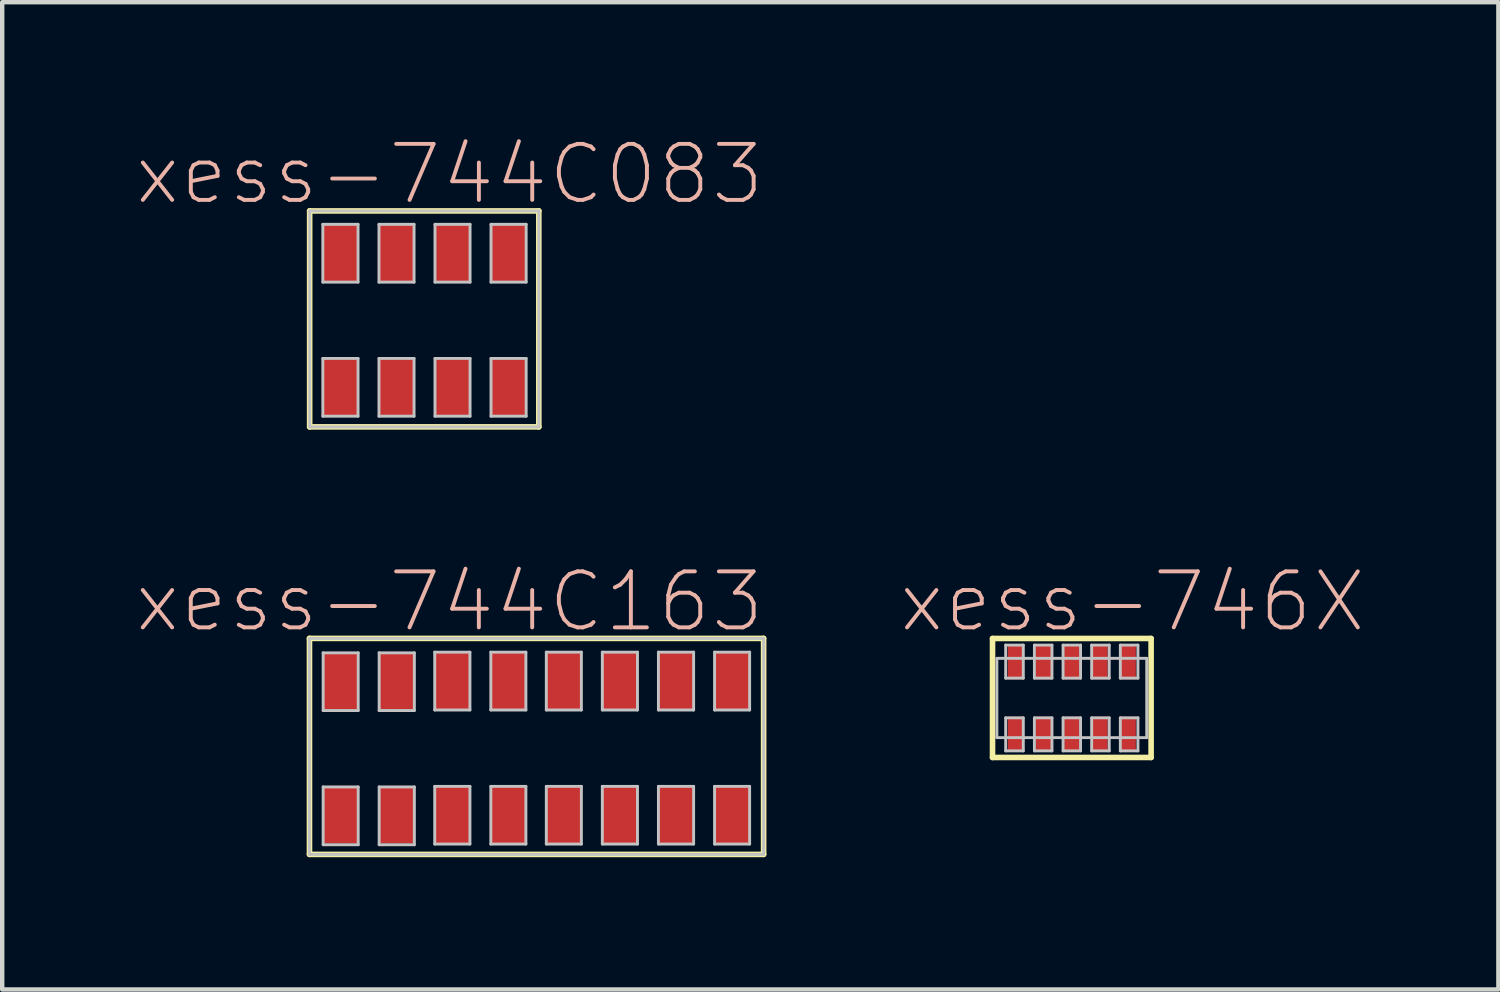
<source format=kicad_pcb>
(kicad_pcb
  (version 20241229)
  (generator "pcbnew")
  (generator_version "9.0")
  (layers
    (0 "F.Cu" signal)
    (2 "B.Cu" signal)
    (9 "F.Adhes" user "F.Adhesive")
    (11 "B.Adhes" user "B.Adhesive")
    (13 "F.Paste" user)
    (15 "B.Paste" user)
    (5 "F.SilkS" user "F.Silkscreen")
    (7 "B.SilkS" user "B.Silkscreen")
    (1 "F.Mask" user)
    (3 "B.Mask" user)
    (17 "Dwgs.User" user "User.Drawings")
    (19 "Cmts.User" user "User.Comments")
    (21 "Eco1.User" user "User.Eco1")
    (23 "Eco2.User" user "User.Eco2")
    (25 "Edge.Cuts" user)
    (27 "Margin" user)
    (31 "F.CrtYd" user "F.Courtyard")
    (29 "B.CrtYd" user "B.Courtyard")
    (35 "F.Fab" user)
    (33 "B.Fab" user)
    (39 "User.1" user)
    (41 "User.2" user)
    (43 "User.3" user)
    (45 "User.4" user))
  (footprint "xess-744C083"
    (layer "F.Cu")
    (at 6.569 4.231)
    (property "Reference" "xess-744C083" (at 0.574 -3.332 0) (layer "B.SilkS") (effects (font (size 1.27 1.27) (thickness 0.089))))
    (attr smd)
    (fp_line (start -2.598 -2.499) (end 2.598 -2.499) (stroke (width 0.127) (type solid)) (layer "F.SilkS"))
    (fp_line (start -2.598 2.398) (end -2.598 -2.499) (stroke (width 0.127) (type solid)) (layer "F.SilkS"))
    (fp_line (start 2.598 -2.499) (end 2.598 2.398) (stroke (width 0.127) (type solid)) (layer "F.SilkS"))
    (fp_line (start 2.598 2.398) (end -2.598 2.398) (stroke (width 0.127) (type solid)) (layer "F.SilkS"))
    (fp_line (start -2.598 -2.499) (end 2.598 -2.499) (stroke (width 0.066) (type solid)) (layer "Dwgs.User"))
    (fp_line (start -2.598 2.398) (end -2.598 -2.499) (stroke (width 0.066) (type solid)) (layer "Dwgs.User"))
    (fp_line (start -2.598 2.398) (end 2.598 2.398) (stroke (width 0.066) (type solid)) (layer "Dwgs.User"))
    (fp_line (start -2.299 -2.195) (end -1.501 -2.195) (stroke (width 0.066) (type solid)) (layer "Dwgs.User"))
    (fp_line (start -2.299 -0.884) (end -2.299 -2.195) (stroke (width 0.066) (type solid)) (layer "Dwgs.User"))
    (fp_line (start -2.299 -0.884) (end -1.501 -0.884) (stroke (width 0.066) (type solid)) (layer "Dwgs.User"))
    (fp_line (start -2.299 0.846) (end -1.501 0.846) (stroke (width 0.066) (type solid)) (layer "Dwgs.User"))
    (fp_line (start -2.299 2.156) (end -2.299 0.846) (stroke (width 0.066) (type solid)) (layer "Dwgs.User"))
    (fp_line (start -2.299 2.156) (end -1.501 2.156) (stroke (width 0.066) (type solid)) (layer "Dwgs.User"))
    (fp_line (start -1.501 -0.884) (end -1.501 -2.195) (stroke (width 0.066) (type solid)) (layer "Dwgs.User"))
    (fp_line (start -1.501 2.156) (end -1.501 0.846) (stroke (width 0.066) (type solid)) (layer "Dwgs.User"))
    (fp_line (start -1.026 -2.195) (end -0.231 -2.195) (stroke (width 0.066) (type solid)) (layer "Dwgs.User"))
    (fp_line (start -1.026 -0.884) (end -1.026 -2.195) (stroke (width 0.066) (type solid)) (layer "Dwgs.User"))
    (fp_line (start -1.026 -0.884) (end -0.231 -0.884) (stroke (width 0.066) (type solid)) (layer "Dwgs.User"))
    (fp_line (start -1.026 0.846) (end -0.231 0.846) (stroke (width 0.066) (type solid)) (layer "Dwgs.User"))
    (fp_line (start -1.026 2.156) (end -1.026 0.846) (stroke (width 0.066) (type solid)) (layer "Dwgs.User"))
    (fp_line (start -1.026 2.156) (end -0.231 2.156) (stroke (width 0.066) (type solid)) (layer "Dwgs.User"))
    (fp_line (start -0.231 -0.884) (end -0.231 -2.195) (stroke (width 0.066) (type solid)) (layer "Dwgs.User"))
    (fp_line (start -0.231 2.156) (end -0.231 0.846) (stroke (width 0.066) (type solid)) (layer "Dwgs.User"))
    (fp_line (start 0.244 -2.195) (end 1.039 -2.195) (stroke (width 0.066) (type solid)) (layer "Dwgs.User"))
    (fp_line (start 0.244 -0.884) (end 0.244 -2.195) (stroke (width 0.066) (type solid)) (layer "Dwgs.User"))
    (fp_line (start 0.244 -0.884) (end 1.039 -0.884) (stroke (width 0.066) (type solid)) (layer "Dwgs.User"))
    (fp_line (start 0.244 0.846) (end 1.039 0.846) (stroke (width 0.066) (type solid)) (layer "Dwgs.User"))
    (fp_line (start 0.244 2.156) (end 0.244 0.846) (stroke (width 0.066) (type solid)) (layer "Dwgs.User"))
    (fp_line (start 0.244 2.156) (end 1.039 2.156) (stroke (width 0.066) (type solid)) (layer "Dwgs.User"))
    (fp_line (start 1.039 -0.884) (end 1.039 -2.195) (stroke (width 0.066) (type solid)) (layer "Dwgs.User"))
    (fp_line (start 1.039 2.156) (end 1.039 0.846) (stroke (width 0.066) (type solid)) (layer "Dwgs.User"))
    (fp_line (start 1.514 -2.195) (end 2.311 -2.195) (stroke (width 0.066) (type solid)) (layer "Dwgs.User"))
    (fp_line (start 1.514 -0.884) (end 1.514 -2.195) (stroke (width 0.066) (type solid)) (layer "Dwgs.User"))
    (fp_line (start 1.514 -0.884) (end 2.311 -0.884) (stroke (width 0.066) (type solid)) (layer "Dwgs.User"))
    (fp_line (start 1.514 0.846) (end 2.311 0.846) (stroke (width 0.066) (type solid)) (layer "Dwgs.User"))
    (fp_line (start 1.514 2.156) (end 1.514 0.846) (stroke (width 0.066) (type solid)) (layer "Dwgs.User"))
    (fp_line (start 1.514 2.156) (end 2.311 2.156) (stroke (width 0.066) (type solid)) (layer "Dwgs.User"))
    (fp_line (start 2.311 -0.884) (end 2.311 -2.195) (stroke (width 0.066) (type solid)) (layer "Dwgs.User"))
    (fp_line (start 2.311 2.156) (end 2.311 0.846) (stroke (width 0.066) (type solid)) (layer "Dwgs.User"))
    (fp_line (start 2.598 2.398) (end 2.598 -2.499) (stroke (width 0.066) (type solid)) (layer "Dwgs.User"))
    (pad "1" smd rect (at -1.9 1.499) (size 0.798 1.298) (layers "F.Cu" "F.Mask" "F.Paste"))
    (pad "2" smd rect (at -0.63 1.499) (size 0.798 1.298) (layers "F.Cu" "F.Mask" "F.Paste"))
    (pad "3" smd rect (at 0.638 1.499) (size 0.798 1.298) (layers "F.Cu" "F.Mask" "F.Paste"))
    (pad "4" smd rect (at 1.908 1.499) (size 0.798 1.298) (layers "F.Cu" "F.Mask" "F.Paste"))
    (pad "5" smd rect (at 1.908 -1.539) (size 0.798 1.298) (layers "F.Cu" "F.Mask" "F.Paste"))
    (pad "6" smd rect (at 0.638 -1.539) (size 0.798 1.298) (layers "F.Cu" "F.Mask" "F.Paste"))
    (pad "7" smd rect (at -0.63 -1.539) (size 0.798 1.298) (layers "F.Cu" "F.Mask" "F.Paste"))
    (pad "8" smd rect (at -1.9 -1.539) (size 0.798 1.298) (layers "F.Cu" "F.Mask" "F.Paste")))
  (footprint "xess-746X"
    (layer "F.Cu")
    (at 21.252 12.776)
    (property "Reference" "xess-746X" (at 1.374 -2.184 0) (layer "B.SilkS") (effects (font (size 1.27 1.27) (thickness 0.089))))
    (attr smd)
    (fp_line (start -1.798 -1.349) (end -1.798 1.349) (stroke (width 0.127) (type solid)) (layer "F.SilkS"))
    (fp_line (start -1.798 1.349) (end 1.798 1.349) (stroke (width 0.127) (type solid)) (layer "F.SilkS"))
    (fp_line (start 1.798 -1.349) (end -1.798 -1.349) (stroke (width 0.127) (type solid)) (layer "F.SilkS"))
    (fp_line (start 1.798 1.349) (end 1.798 -1.349) (stroke (width 0.127) (type solid)) (layer "F.SilkS"))
    (fp_line (start -1.699 -0.899) (end 1.699 -0.899) (stroke (width 0.066) (type solid)) (layer "Dwgs.User"))
    (fp_line (start -1.699 0.899) (end -1.699 -0.899) (stroke (width 0.066) (type solid)) (layer "Dwgs.User"))
    (fp_line (start -1.699 0.899) (end 1.699 0.899) (stroke (width 0.066) (type solid)) (layer "Dwgs.User"))
    (fp_line (start -1.499 -1.199) (end -1.1 -1.199) (stroke (width 0.066) (type solid)) (layer "Dwgs.User"))
    (fp_line (start -1.499 -0.45) (end -1.499 -1.199) (stroke (width 0.066) (type solid)) (layer "Dwgs.User"))
    (fp_line (start -1.499 -0.45) (end -1.1 -0.45) (stroke (width 0.066) (type solid)) (layer "Dwgs.User"))
    (fp_line (start -1.499 0.45) (end -1.1 0.45) (stroke (width 0.066) (type solid)) (layer "Dwgs.User"))
    (fp_line (start -1.499 1.199) (end -1.499 0.45) (stroke (width 0.066) (type solid)) (layer "Dwgs.User"))
    (fp_line (start -1.499 1.199) (end -1.1 1.199) (stroke (width 0.066) (type solid)) (layer "Dwgs.User"))
    (fp_line (start -1.1 -0.45) (end -1.1 -1.199) (stroke (width 0.066) (type solid)) (layer "Dwgs.User"))
    (fp_line (start -1.1 1.199) (end -1.1 0.45) (stroke (width 0.066) (type solid)) (layer "Dwgs.User"))
    (fp_line (start -0.848 -1.199) (end -0.45 -1.199) (stroke (width 0.066) (type solid)) (layer "Dwgs.User"))
    (fp_line (start -0.848 -0.45) (end -0.848 -1.199) (stroke (width 0.066) (type solid)) (layer "Dwgs.User"))
    (fp_line (start -0.848 -0.45) (end -0.45 -0.45) (stroke (width 0.066) (type solid)) (layer "Dwgs.User"))
    (fp_line (start -0.848 0.45) (end -0.45 0.45) (stroke (width 0.066) (type solid)) (layer "Dwgs.User"))
    (fp_line (start -0.848 1.199) (end -0.848 0.45) (stroke (width 0.066) (type solid)) (layer "Dwgs.User"))
    (fp_line (start -0.848 1.199) (end -0.45 1.199) (stroke (width 0.066) (type solid)) (layer "Dwgs.User"))
    (fp_line (start -0.45 -0.45) (end -0.45 -1.199) (stroke (width 0.066) (type solid)) (layer "Dwgs.User"))
    (fp_line (start -0.45 1.199) (end -0.45 0.45) (stroke (width 0.066) (type solid)) (layer "Dwgs.User"))
    (fp_line (start -0.198 -1.199) (end 0.198 -1.199) (stroke (width 0.066) (type solid)) (layer "Dwgs.User"))
    (fp_line (start -0.198 -0.45) (end -0.198 -1.199) (stroke (width 0.066) (type solid)) (layer "Dwgs.User"))
    (fp_line (start -0.198 -0.45) (end 0.198 -0.45) (stroke (width 0.066) (type solid)) (layer "Dwgs.User"))
    (fp_line (start -0.198 0.45) (end 0.198 0.45) (stroke (width 0.066) (type solid)) (layer "Dwgs.User"))
    (fp_line (start -0.198 1.199) (end -0.198 0.45) (stroke (width 0.066) (type solid)) (layer "Dwgs.User"))
    (fp_line (start -0.198 1.199) (end 0.198 1.199) (stroke (width 0.066) (type solid)) (layer "Dwgs.User"))
    (fp_line (start 0.198 -0.45) (end 0.198 -1.199) (stroke (width 0.066) (type solid)) (layer "Dwgs.User"))
    (fp_line (start 0.198 1.199) (end 0.198 0.45) (stroke (width 0.066) (type solid)) (layer "Dwgs.User"))
    (fp_line (start 0.45 -1.199) (end 0.848 -1.199) (stroke (width 0.066) (type solid)) (layer "Dwgs.User"))
    (fp_line (start 0.45 -0.45) (end 0.45 -1.199) (stroke (width 0.066) (type solid)) (layer "Dwgs.User"))
    (fp_line (start 0.45 -0.45) (end 0.848 -0.45) (stroke (width 0.066) (type solid)) (layer "Dwgs.User"))
    (fp_line (start 0.45 0.45) (end 0.848 0.45) (stroke (width 0.066) (type solid)) (layer "Dwgs.User"))
    (fp_line (start 0.45 1.199) (end 0.45 0.45) (stroke (width 0.066) (type solid)) (layer "Dwgs.User"))
    (fp_line (start 0.45 1.199) (end 0.848 1.199) (stroke (width 0.066) (type solid)) (layer "Dwgs.User"))
    (fp_line (start 0.848 -0.45) (end 0.848 -1.199) (stroke (width 0.066) (type solid)) (layer "Dwgs.User"))
    (fp_line (start 0.848 1.199) (end 0.848 0.45) (stroke (width 0.066) (type solid)) (layer "Dwgs.User"))
    (fp_line (start 1.1 -1.199) (end 1.499 -1.199) (stroke (width 0.066) (type solid)) (layer "Dwgs.User"))
    (fp_line (start 1.1 -0.45) (end 1.1 -1.199) (stroke (width 0.066) (type solid)) (layer "Dwgs.User"))
    (fp_line (start 1.1 -0.45) (end 1.499 -0.45) (stroke (width 0.066) (type solid)) (layer "Dwgs.User"))
    (fp_line (start 1.1 0.45) (end 1.499 0.45) (stroke (width 0.066) (type solid)) (layer "Dwgs.User"))
    (fp_line (start 1.1 1.199) (end 1.1 0.45) (stroke (width 0.066) (type solid)) (layer "Dwgs.User"))
    (fp_line (start 1.1 1.199) (end 1.499 1.199) (stroke (width 0.066) (type solid)) (layer "Dwgs.User"))
    (fp_line (start 1.499 -0.45) (end 1.499 -1.199) (stroke (width 0.066) (type solid)) (layer "Dwgs.User"))
    (fp_line (start 1.499 1.199) (end 1.499 0.45) (stroke (width 0.066) (type solid)) (layer "Dwgs.User"))
    (fp_line (start 1.699 0.899) (end 1.699 -0.899) (stroke (width 0.066) (type solid)) (layer "Dwgs.User"))
    (pad "1" smd rect (at -1.278 0.823) (size 0.348 0.798) (layers "F.Cu" "F.Mask" "F.Paste"))
    (pad "2" smd rect (at -0.638 0.823) (size 0.348 0.798) (layers "F.Cu" "F.Mask" "F.Paste"))
    (pad "3" smd rect (at 0 0.823) (size 0.348 0.798) (layers "F.Cu" "F.Mask" "F.Paste"))
    (pad "4" smd rect (at 0.638 0.823) (size 0.348 0.798) (layers "F.Cu" "F.Mask" "F.Paste"))
    (pad "5" smd rect (at 1.278 0.823) (size 0.348 0.798) (layers "F.Cu" "F.Mask" "F.Paste"))
    (pad "6" smd rect (at 1.278 -0.823) (size 0.348 0.798) (layers "F.Cu" "F.Mask" "F.Paste"))
    (pad "7" smd rect (at 0.638 -0.823) (size 0.348 0.798) (layers "F.Cu" "F.Mask" "F.Paste"))
    (pad "8" smd rect (at 0 -0.823) (size 0.348 0.798) (layers "F.Cu" "F.Mask" "F.Paste"))
    (pad "9" smd rect (at -0.638 -0.823) (size 0.348 0.798) (layers "F.Cu" "F.Mask" "F.Paste"))
    (pad "10" smd rect (at -1.278 -0.823) (size 0.348 0.798) (layers "F.Cu" "F.Mask" "F.Paste")))
  (footprint "xess-744C163"
    (layer "F.Cu")
    (at 9.065 13.924)
    (property "Reference" "xess-744C163" (at -1.923 -3.332 0) (layer "B.SilkS") (effects (font (size 1.27 1.27) (thickness 0.089))))
    (attr smd)
    (fp_line (start -5.098 -2.499) (end 5.199 -2.499) (stroke (width 0.127) (type solid)) (layer "F.SilkS"))
    (fp_line (start -5.098 2.398) (end -5.098 -2.499) (stroke (width 0.127) (type solid)) (layer "F.SilkS"))
    (fp_line (start 5.199 -2.499) (end 5.199 2.398) (stroke (width 0.127) (type solid)) (layer "F.SilkS"))
    (fp_line (start 5.199 2.398) (end -5.098 2.398) (stroke (width 0.127) (type solid)) (layer "F.SilkS"))
    (fp_line (start -5.098 -2.499) (end 5.199 -2.499) (stroke (width 0.066) (type solid)) (layer "Dwgs.User"))
    (fp_line (start -5.098 2.398) (end -5.098 -2.499) (stroke (width 0.066) (type solid)) (layer "Dwgs.User"))
    (fp_line (start -5.098 2.398) (end 5.199 2.398) (stroke (width 0.066) (type solid)) (layer "Dwgs.User"))
    (fp_line (start -4.788 -2.172) (end -3.993 -2.172) (stroke (width 0.066) (type solid)) (layer "Dwgs.User"))
    (fp_line (start -4.788 -0.864) (end -4.788 -2.172) (stroke (width 0.066) (type solid)) (layer "Dwgs.User"))
    (fp_line (start -4.788 -0.864) (end -3.993 -0.864) (stroke (width 0.066) (type solid)) (layer "Dwgs.User"))
    (fp_line (start -4.788 0.869) (end -3.993 0.869) (stroke (width 0.066) (type solid)) (layer "Dwgs.User"))
    (fp_line (start -4.788 2.179) (end -4.788 0.869) (stroke (width 0.066) (type solid)) (layer "Dwgs.User"))
    (fp_line (start -4.788 2.179) (end -3.993 2.179) (stroke (width 0.066) (type solid)) (layer "Dwgs.User"))
    (fp_line (start -3.993 -0.864) (end -3.993 -2.172) (stroke (width 0.066) (type solid)) (layer "Dwgs.User"))
    (fp_line (start -3.993 2.179) (end -3.993 0.869) (stroke (width 0.066) (type solid)) (layer "Dwgs.User"))
    (fp_line (start -3.518 -2.172) (end -2.72 -2.172) (stroke (width 0.066) (type solid)) (layer "Dwgs.User"))
    (fp_line (start -3.518 -0.864) (end -3.518 -2.172) (stroke (width 0.066) (type solid)) (layer "Dwgs.User"))
    (fp_line (start -3.518 -0.864) (end -2.72 -0.864) (stroke (width 0.066) (type solid)) (layer "Dwgs.User"))
    (fp_line (start -3.518 0.869) (end -2.72 0.869) (stroke (width 0.066) (type solid)) (layer "Dwgs.User"))
    (fp_line (start -3.518 2.179) (end -3.518 0.869) (stroke (width 0.066) (type solid)) (layer "Dwgs.User"))
    (fp_line (start -3.518 2.179) (end -2.72 2.179) (stroke (width 0.066) (type solid)) (layer "Dwgs.User"))
    (fp_line (start -2.72 -0.864) (end -2.72 -2.172) (stroke (width 0.066) (type solid)) (layer "Dwgs.User"))
    (fp_line (start -2.72 2.179) (end -2.72 0.869) (stroke (width 0.066) (type solid)) (layer "Dwgs.User"))
    (fp_line (start -2.258 -2.187) (end -1.46 -2.187) (stroke (width 0.066) (type solid)) (layer "Dwgs.User"))
    (fp_line (start -2.258 -0.876) (end -2.258 -2.187) (stroke (width 0.066) (type solid)) (layer "Dwgs.User"))
    (fp_line (start -2.258 -0.876) (end -1.46 -0.876) (stroke (width 0.066) (type solid)) (layer "Dwgs.User"))
    (fp_line (start -2.258 0.856) (end -1.46 0.856) (stroke (width 0.066) (type solid)) (layer "Dwgs.User"))
    (fp_line (start -2.258 2.164) (end -2.258 0.856) (stroke (width 0.066) (type solid)) (layer "Dwgs.User"))
    (fp_line (start -2.258 2.164) (end -1.46 2.164) (stroke (width 0.066) (type solid)) (layer "Dwgs.User"))
    (fp_line (start -1.46 -0.876) (end -1.46 -2.187) (stroke (width 0.066) (type solid)) (layer "Dwgs.User"))
    (fp_line (start -1.46 2.164) (end -1.46 0.856) (stroke (width 0.066) (type solid)) (layer "Dwgs.User"))
    (fp_line (start -0.986 -2.187) (end -0.191 -2.187) (stroke (width 0.066) (type solid)) (layer "Dwgs.User"))
    (fp_line (start -0.986 -0.876) (end -0.986 -2.187) (stroke (width 0.066) (type solid)) (layer "Dwgs.User"))
    (fp_line (start -0.986 -0.876) (end -0.191 -0.876) (stroke (width 0.066) (type solid)) (layer "Dwgs.User"))
    (fp_line (start -0.986 0.856) (end -0.191 0.856) (stroke (width 0.066) (type solid)) (layer "Dwgs.User"))
    (fp_line (start -0.986 2.164) (end -0.986 0.856) (stroke (width 0.066) (type solid)) (layer "Dwgs.User"))
    (fp_line (start -0.986 2.164) (end -0.191 2.164) (stroke (width 0.066) (type solid)) (layer "Dwgs.User"))
    (fp_line (start -0.191 -0.876) (end -0.191 -2.187) (stroke (width 0.066) (type solid)) (layer "Dwgs.User"))
    (fp_line (start -0.191 2.164) (end -0.191 0.856) (stroke (width 0.066) (type solid)) (layer "Dwgs.User"))
    (fp_line (start 0.272 -2.187) (end 1.067 -2.187) (stroke (width 0.066) (type solid)) (layer "Dwgs.User"))
    (fp_line (start 0.272 -0.876) (end 0.272 -2.187) (stroke (width 0.066) (type solid)) (layer "Dwgs.User"))
    (fp_line (start 0.272 -0.876) (end 1.067 -0.876) (stroke (width 0.066) (type solid)) (layer "Dwgs.User"))
    (fp_line (start 0.272 0.856) (end 1.067 0.856) (stroke (width 0.066) (type solid)) (layer "Dwgs.User"))
    (fp_line (start 0.272 2.164) (end 0.272 0.856) (stroke (width 0.066) (type solid)) (layer "Dwgs.User"))
    (fp_line (start 0.272 2.164) (end 1.067 2.164) (stroke (width 0.066) (type solid)) (layer "Dwgs.User"))
    (fp_line (start 1.067 -0.876) (end 1.067 -2.187) (stroke (width 0.066) (type solid)) (layer "Dwgs.User"))
    (fp_line (start 1.067 2.164) (end 1.067 0.856) (stroke (width 0.066) (type solid)) (layer "Dwgs.User"))
    (fp_line (start 1.542 -2.187) (end 2.339 -2.187) (stroke (width 0.066) (type solid)) (layer "Dwgs.User"))
    (fp_line (start 1.542 -0.876) (end 1.542 -2.187) (stroke (width 0.066) (type solid)) (layer "Dwgs.User"))
    (fp_line (start 1.542 -0.876) (end 2.339 -0.876) (stroke (width 0.066) (type solid)) (layer "Dwgs.User"))
    (fp_line (start 1.542 0.856) (end 2.339 0.856) (stroke (width 0.066) (type solid)) (layer "Dwgs.User"))
    (fp_line (start 1.542 2.164) (end 1.542 0.856) (stroke (width 0.066) (type solid)) (layer "Dwgs.User"))
    (fp_line (start 1.542 2.164) (end 2.339 2.164) (stroke (width 0.066) (type solid)) (layer "Dwgs.User"))
    (fp_line (start 2.339 -0.876) (end 2.339 -2.187) (stroke (width 0.066) (type solid)) (layer "Dwgs.User"))
    (fp_line (start 2.339 2.164) (end 2.339 0.856) (stroke (width 0.066) (type solid)) (layer "Dwgs.User"))
    (fp_line (start 2.814 -2.187) (end 3.612 -2.187) (stroke (width 0.066) (type solid)) (layer "Dwgs.User"))
    (fp_line (start 2.814 -0.876) (end 2.814 -2.187) (stroke (width 0.066) (type solid)) (layer "Dwgs.User"))
    (fp_line (start 2.814 -0.876) (end 3.612 -0.876) (stroke (width 0.066) (type solid)) (layer "Dwgs.User"))
    (fp_line (start 2.814 0.856) (end 3.612 0.856) (stroke (width 0.066) (type solid)) (layer "Dwgs.User"))
    (fp_line (start 2.814 2.164) (end 2.814 0.856) (stroke (width 0.066) (type solid)) (layer "Dwgs.User"))
    (fp_line (start 2.814 2.164) (end 3.612 2.164) (stroke (width 0.066) (type solid)) (layer "Dwgs.User"))
    (fp_line (start 3.612 -0.876) (end 3.612 -2.187) (stroke (width 0.066) (type solid)) (layer "Dwgs.User"))
    (fp_line (start 3.612 2.164) (end 3.612 0.856) (stroke (width 0.066) (type solid)) (layer "Dwgs.User"))
    (fp_line (start 4.087 -2.187) (end 4.882 -2.187) (stroke (width 0.066) (type solid)) (layer "Dwgs.User"))
    (fp_line (start 4.087 -0.876) (end 4.087 -2.187) (stroke (width 0.066) (type solid)) (layer "Dwgs.User"))
    (fp_line (start 4.087 -0.876) (end 4.882 -0.876) (stroke (width 0.066) (type solid)) (layer "Dwgs.User"))
    (fp_line (start 4.087 0.856) (end 4.882 0.856) (stroke (width 0.066) (type solid)) (layer "Dwgs.User"))
    (fp_line (start 4.087 2.164) (end 4.087 0.856) (stroke (width 0.066) (type solid)) (layer "Dwgs.User"))
    (fp_line (start 4.087 2.164) (end 4.882 2.164) (stroke (width 0.066) (type solid)) (layer "Dwgs.User"))
    (fp_line (start 4.882 -0.876) (end 4.882 -2.187) (stroke (width 0.066) (type solid)) (layer "Dwgs.User"))
    (fp_line (start 4.882 2.164) (end 4.882 0.856) (stroke (width 0.066) (type solid)) (layer "Dwgs.User"))
    (fp_line (start 5.199 2.398) (end 5.199 -2.499) (stroke (width 0.066) (type solid)) (layer "Dwgs.User"))
    (pad "1" smd rect (at -4.399 1.499) (size 0.798 1.298) (layers "F.Cu" "F.Mask" "F.Paste"))
    (pad "2" smd rect (at -3.129 1.499) (size 0.798 1.298) (layers "F.Cu" "F.Mask" "F.Paste"))
    (pad "3" smd rect (at -1.859 1.499) (size 0.798 1.298) (layers "F.Cu" "F.Mask" "F.Paste"))
    (pad "4" smd rect (at -0.589 1.499) (size 0.798 1.298) (layers "F.Cu" "F.Mask" "F.Paste"))
    (pad "5" smd rect (at 0.678 1.499) (size 0.798 1.298) (layers "F.Cu" "F.Mask" "F.Paste"))
    (pad "6" smd rect (at 1.948 1.499) (size 0.798 1.298) (layers "F.Cu" "F.Mask" "F.Paste"))
    (pad "7" smd rect (at 3.218 1.499) (size 0.798 1.298) (layers "F.Cu" "F.Mask" "F.Paste"))
    (pad "8" smd rect (at 4.488 1.499) (size 0.798 1.298) (layers "F.Cu" "F.Mask" "F.Paste"))
    (pad "9" smd rect (at 4.488 -1.539) (size 0.798 1.298) (layers "F.Cu" "F.Mask" "F.Paste"))
    (pad "10" smd rect (at 3.218 -1.539) (size 0.798 1.298) (layers "F.Cu" "F.Mask" "F.Paste"))
    (pad "11" smd rect (at 1.948 -1.539) (size 0.798 1.298) (layers "F.Cu" "F.Mask" "F.Paste"))
    (pad "12" smd rect (at 0.678 -1.539) (size 0.798 1.298) (layers "F.Cu" "F.Mask" "F.Paste"))
    (pad "13" smd rect (at -0.589 -1.539) (size 0.798 1.298) (layers "F.Cu" "F.Mask" "F.Paste"))
    (pad "14" smd rect (at -1.859 -1.539) (size 0.798 1.298) (layers "F.Cu" "F.Mask" "F.Paste"))
    (pad "15" smd rect (at -3.129 -1.539) (size 0.798 1.298) (layers "F.Cu" "F.Mask" "F.Paste"))
    (pad "16" smd rect (at -4.399 -1.539) (size 0.798 1.298) (layers "F.Cu" "F.Mask" "F.Paste")))
  (gr_rect
    (start -3 -3)
    (end 30.924 19.385)
    (stroke (width 0.1) (type default))
    (fill no)
    (layer "Edge.Cuts")))
</source>
